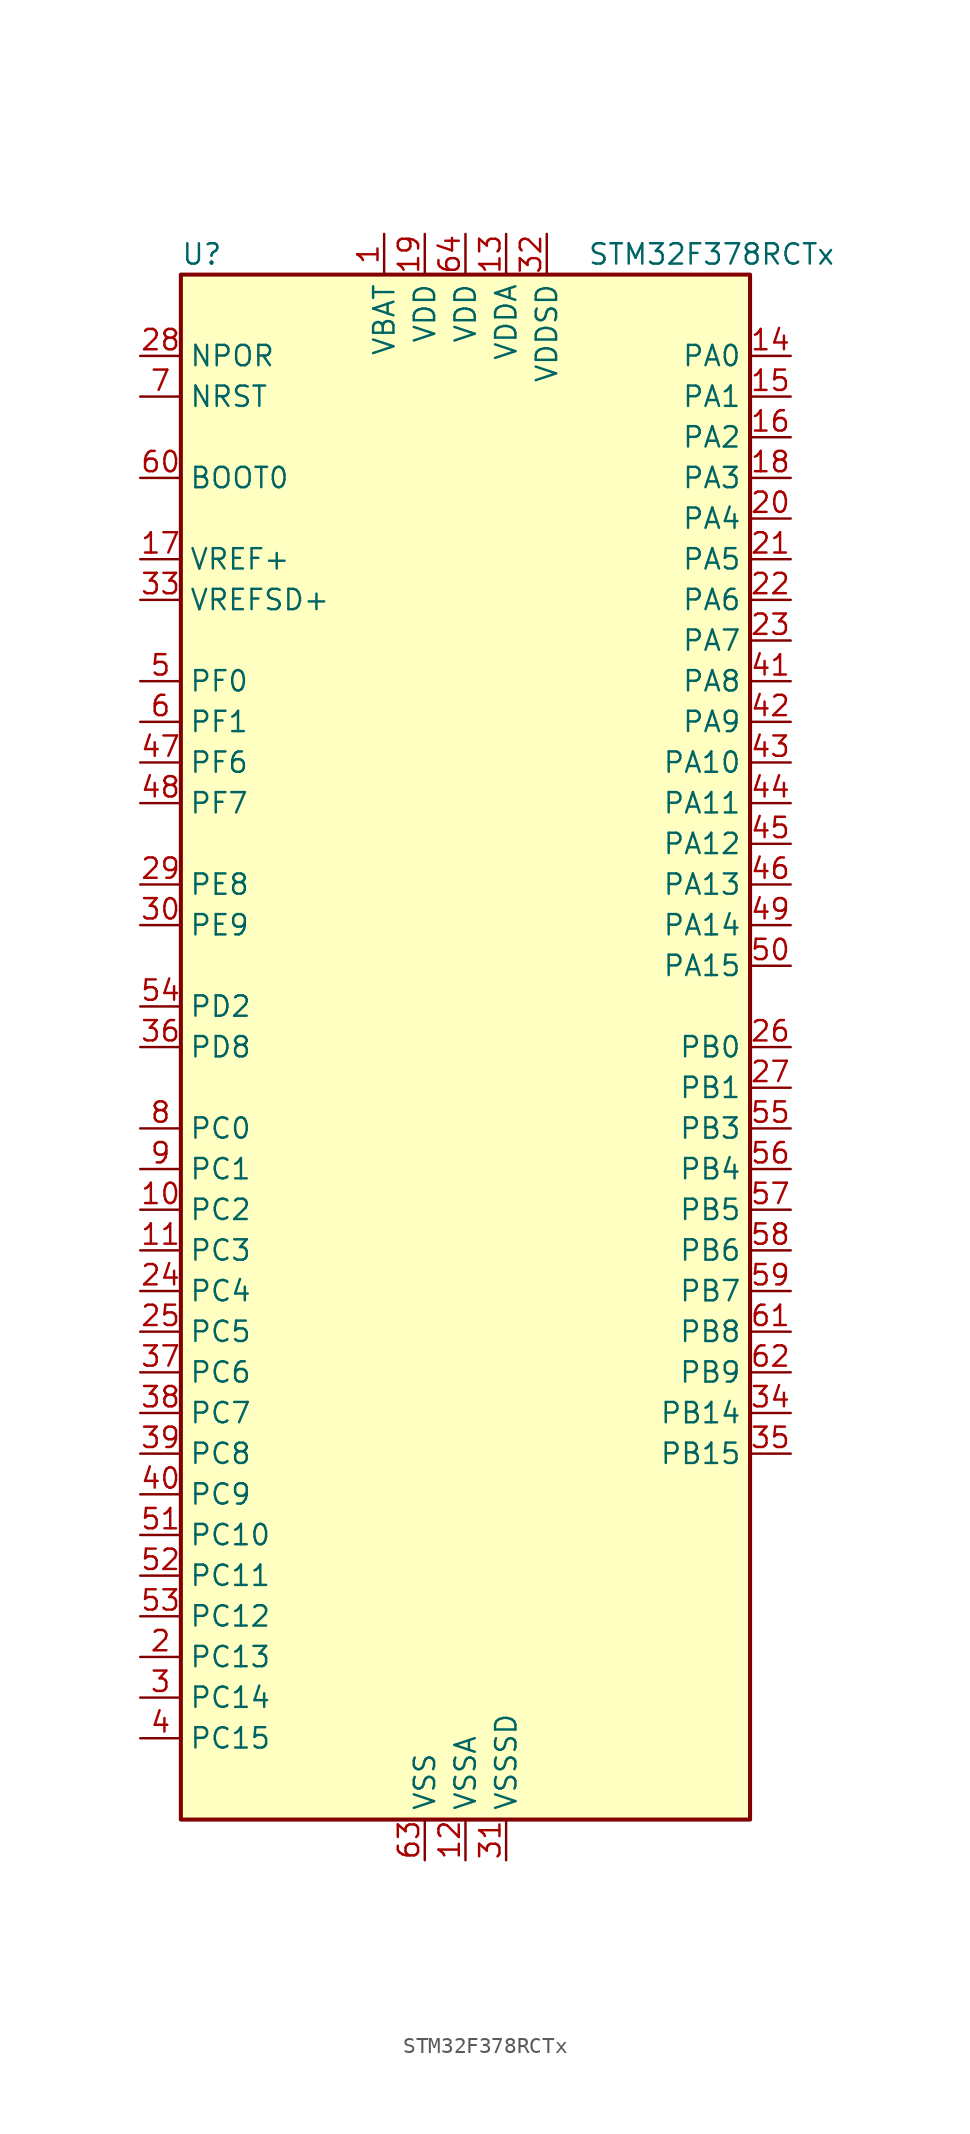
<source format=kicad_sym>
(kicad_symbol_lib
  (version 20241209)
  (generator "kicad_symbol_editor")
  (generator_version "9.0")
  (symbol "STM32F378RCTx"
    (property "Reference" "U"
      (at -17.78 49.53 0)
      (effects (font (size 1.27 1.27)) (justify left)))
    (property "Value" "STM32F378RCTx"
      (at 7.62 49.53 0)
      (effects (font (size 1.27 1.27)) (justify left)))
    (symbol "STM32F378RCTx_0_1"
      (rectangle (start -17.78 -48.26) (end 17.78 48.26) (stroke (width 0.254) (type default)) (fill (type background))))
    (symbol "STM32F378RCTx_1_1"
      (pin input line (at -20.32 43.18 0) (length 2.54) (name "NPOR" (effects (font (size 1.27 1.27)))) (number "28" (effects (font (size 1.27 1.27)))))
      (pin input line (at -20.32 40.64 0) (length 2.54) (name "NRST" (effects (font (size 1.27 1.27)))) (number "7" (effects (font (size 1.27 1.27)))))
      (pin input line (at -20.32 35.56 0) (length 2.54) (name "BOOT0" (effects (font (size 1.27 1.27)))) (number "60" (effects (font (size 1.27 1.27)))))
      (pin input line (at -20.32 30.48 0) (length 2.54) (name "VREF+" (effects (font (size 1.27 1.27)))) (number "17" (effects (font (size 1.27 1.27)))))
      (pin input line (at -20.32 27.94 0) (length 2.54) (name "VREFSD+" (effects (font (size 1.27 1.27)))) (number "33" (effects (font (size 1.27 1.27)))))
      (pin bidirectional line (at -20.32 22.86 0) (length 2.54) (name "PF0" (effects (font (size 1.27 1.27)))) (number "5" (effects (font (size 1.27 1.27)))) (alternate "I2C2_SDA" bidirectional line) (alternate "RCC_OSC_IN" bidirectional line))
      (pin bidirectional line (at -20.32 20.32 0) (length 2.54) (name "PF1" (effects (font (size 1.27 1.27)))) (number "6" (effects (font (size 1.27 1.27)))) (alternate "I2C2_SCL" bidirectional line) (alternate "RCC_OSC_OUT" bidirectional line))
      (pin bidirectional line (at -20.32 17.78 0) (length 2.54) (name "PF6" (effects (font (size 1.27 1.27)))) (number "47" (effects (font (size 1.27 1.27)))) (alternate "I2C2_SCL" bidirectional line) (alternate "I2S1_SD" bidirectional line) (alternate "SPI1_MOSI" bidirectional line) (alternate "TIM4_CH4" bidirectional line) (alternate "USART3_DE" bidirectional line) (alternate "USART3_RTS" bidirectional line))
      (pin bidirectional line (at -20.32 15.24 0) (length 2.54) (name "PF7" (effects (font (size 1.27 1.27)))) (number "48" (effects (font (size 1.27 1.27)))) (alternate "I2C2_SDA" bidirectional line) (alternate "USART2_CK" bidirectional line))
      (pin bidirectional line (at -20.32 10.16 0) (length 2.54) (name "PE8" (effects (font (size 1.27 1.27)))) (number "29" (effects (font (size 1.27 1.27)))) (alternate "SDADC1_AIN8P" bidirectional line) (alternate "SDADC2_AIN8P" bidirectional line))
      (pin bidirectional line (at -20.32 7.62 0) (length 2.54) (name "PE9" (effects (font (size 1.27 1.27)))) (number "30" (effects (font (size 1.27 1.27)))) (alternate "DAC1_EXTI9" bidirectional line) (alternate "DAC2_EXTI9" bidirectional line) (alternate "SDADC1_AIN7P" bidirectional line) (alternate "SDADC1_AIN8M" bidirectional line) (alternate "SDADC2_AIN7P" bidirectional line) (alternate "SDADC2_AIN8M" bidirectional line))
      (pin bidirectional line (at -20.32 2.54 0) (length 2.54) (name "PD2" (effects (font (size 1.27 1.27)))) (number "54" (effects (font (size 1.27 1.27)))) (alternate "TIM3_ETR" bidirectional line))
      (pin bidirectional line (at -20.32 0 0) (length 2.54) (name "PD8" (effects (font (size 1.27 1.27)))) (number "36" (effects (font (size 1.27 1.27)))) (alternate "I2S2_CK" bidirectional line) (alternate "SDADC3_AIN6P" bidirectional line) (alternate "SPI2_SCK" bidirectional line) (alternate "TSC_G6_IO3" bidirectional line) (alternate "USART3_TX" bidirectional line))
      (pin bidirectional line (at -20.32 -5.08 0) (length 2.54) (name "PC0" (effects (font (size 1.27 1.27)))) (number "8" (effects (font (size 1.27 1.27)))) (alternate "ADC1_IN10" bidirectional line) (alternate "TIM5_CH1" bidirectional line) (alternate "TIM5_ETR" bidirectional line))
      (pin bidirectional line (at -20.32 -7.62 0) (length 2.54) (name "PC1" (effects (font (size 1.27 1.27)))) (number "9" (effects (font (size 1.27 1.27)))) (alternate "ADC1_IN11" bidirectional line) (alternate "TIM5_CH2" bidirectional line))
      (pin bidirectional line (at -20.32 -10.16 0) (length 2.54) (name "PC2" (effects (font (size 1.27 1.27)))) (number "10" (effects (font (size 1.27 1.27)))) (alternate "ADC1_IN12" bidirectional line) (alternate "I2S2_MCK" bidirectional line) (alternate "SPI2_MISO" bidirectional line) (alternate "TIM5_CH3" bidirectional line))
      (pin bidirectional line (at -20.32 -12.7 0) (length 2.54) (name "PC3" (effects (font (size 1.27 1.27)))) (number "11" (effects (font (size 1.27 1.27)))) (alternate "ADC1_IN13" bidirectional line) (alternate "I2S2_SD" bidirectional line) (alternate "SPI2_MOSI" bidirectional line) (alternate "TIM5_CH4" bidirectional line))
      (pin bidirectional line (at -20.32 -15.24 0) (length 2.54) (name "PC4" (effects (font (size 1.27 1.27)))) (number "24" (effects (font (size 1.27 1.27)))) (alternate "ADC1_IN14" bidirectional line) (alternate "TIM13_CH1" bidirectional line) (alternate "TSC_G3_IO1" bidirectional line) (alternate "USART1_TX" bidirectional line))
      (pin bidirectional line (at -20.32 -17.78 0) (length 2.54) (name "PC5" (effects (font (size 1.27 1.27)))) (number "25" (effects (font (size 1.27 1.27)))) (alternate "ADC1_IN15" bidirectional line) (alternate "TSC_G3_IO2" bidirectional line) (alternate "USART1_RX" bidirectional line))
      (pin bidirectional line (at -20.32 -20.32 0) (length 2.54) (name "PC6" (effects (font (size 1.27 1.27)))) (number "37" (effects (font (size 1.27 1.27)))) (alternate "I2S1_WS" bidirectional line) (alternate "SPI1_NSS" bidirectional line) (alternate "TIM3_CH1" bidirectional line))
      (pin bidirectional line (at -20.32 -22.86 0) (length 2.54) (name "PC7" (effects (font (size 1.27 1.27)))) (number "38" (effects (font (size 1.27 1.27)))) (alternate "I2S1_CK" bidirectional line) (alternate "SPI1_SCK" bidirectional line) (alternate "TIM3_CH2" bidirectional line))
      (pin bidirectional line (at -20.32 -25.4 0) (length 2.54) (name "PC8" (effects (font (size 1.27 1.27)))) (number "39" (effects (font (size 1.27 1.27)))) (alternate "I2S1_MCK" bidirectional line) (alternate "SPI1_MISO" bidirectional line) (alternate "TIM3_CH3" bidirectional line))
      (pin bidirectional line (at -20.32 -27.94 0) (length 2.54) (name "PC9" (effects (font (size 1.27 1.27)))) (number "40" (effects (font (size 1.27 1.27)))) (alternate "DAC1_EXTI9" bidirectional line) (alternate "DAC2_EXTI9" bidirectional line) (alternate "I2S1_SD" bidirectional line) (alternate "SPI1_MOSI" bidirectional line) (alternate "TIM3_CH4" bidirectional line))
      (pin bidirectional line (at -20.32 -30.48 0) (length 2.54) (name "PC10" (effects (font (size 1.27 1.27)))) (number "51" (effects (font (size 1.27 1.27)))) (alternate "I2S3_CK" bidirectional line) (alternate "SPI3_SCK" bidirectional line) (alternate "TIM19_CH1" bidirectional line) (alternate "USART3_TX" bidirectional line))
      (pin bidirectional line (at -20.32 -33.02 0) (length 2.54) (name "PC11" (effects (font (size 1.27 1.27)))) (number "52" (effects (font (size 1.27 1.27)))) (alternate "ADC1_EXTI11" bidirectional line) (alternate "I2S3_MCK" bidirectional line) (alternate "SDADC1_EXTI11" bidirectional line) (alternate "SDADC2_EXTI11" bidirectional line) (alternate "SDADC3_EXTI11" bidirectional line) (alternate "SPI3_MISO" bidirectional line) (alternate "TIM19_CH2" bidirectional line) (alternate "USART3_RX" bidirectional line))
      (pin bidirectional line (at -20.32 -35.56 0) (length 2.54) (name "PC12" (effects (font (size 1.27 1.27)))) (number "53" (effects (font (size 1.27 1.27)))) (alternate "I2S3_SD" bidirectional line) (alternate "SPI3_MOSI" bidirectional line) (alternate "TIM19_CH3" bidirectional line) (alternate "USART3_CK" bidirectional line))
      (pin bidirectional line (at -20.32 -38.1 0) (length 2.54) (name "PC13" (effects (font (size 1.27 1.27)))) (number "2" (effects (font (size 1.27 1.27)))) (alternate "RTC_OUT_ALARM" bidirectional line) (alternate "RTC_OUT_CALIB" bidirectional line) (alternate "RTC_TAMP1" bidirectional line) (alternate "RTC_TS" bidirectional line) (alternate "SYS_WKUP2" bidirectional line))
      (pin bidirectional line (at -20.32 -40.64 0) (length 2.54) (name "PC14" (effects (font (size 1.27 1.27)))) (number "3" (effects (font (size 1.27 1.27)))) (alternate "RCC_OSC32_IN" bidirectional line))
      (pin bidirectional line (at -20.32 -43.18 0) (length 2.54) (name "PC15" (effects (font (size 1.27 1.27)))) (number "4" (effects (font (size 1.27 1.27)))) (alternate "ADC1_EXTI15" bidirectional line) (alternate "RCC_OSC32_OUT" bidirectional line) (alternate "SDADC1_EXTI15" bidirectional line) (alternate "SDADC2_EXTI15" bidirectional line) (alternate "SDADC3_EXTI15" bidirectional line))
      (pin power_in line (at -5.08 50.8 270) (length 2.54) (name "VBAT" (effects (font (size 1.27 1.27)))) (number "1" (effects (font (size 1.27 1.27)))))
      (pin power_in line (at -2.54 50.8 270) (length 2.54) (name "VDD" (effects (font (size 1.27 1.27)))) (number "19" (effects (font (size 1.27 1.27)))))
      (pin power_in line (at -2.54 -50.8 90) (length 2.54) (name "VSS" (effects (font (size 1.27 1.27)))) (number "63" (effects (font (size 1.27 1.27)))))
      (pin power_in line (at 0 50.8 270) (length 2.54) (name "VDD" (effects (font (size 1.27 1.27)))) (number "64" (effects (font (size 1.27 1.27)))))
      (pin power_in line (at 0 -50.8 90) (length 2.54) (name "VSSA" (effects (font (size 1.27 1.27)))) (number "12" (effects (font (size 1.27 1.27)))))
      (pin power_in line (at 2.54 50.8 270) (length 2.54) (name "VDDA" (effects (font (size 1.27 1.27)))) (number "13" (effects (font (size 1.27 1.27)))))
      (pin power_in line (at 2.54 -50.8 90) (length 2.54) (name "VSSSD" (effects (font (size 1.27 1.27)))) (number "31" (effects (font (size 1.27 1.27)))))
      (pin power_in line (at 5.08 50.8 270) (length 2.54) (name "VDDSD" (effects (font (size 1.27 1.27)))) (number "32" (effects (font (size 1.27 1.27)))))
      (pin bidirectional line (at 20.32 43.18 180) (length 2.54) (name "PA0" (effects (font (size 1.27 1.27)))) (number "14" (effects (font (size 1.27 1.27)))) (alternate "ADC1_IN0" bidirectional line) (alternate "COMP1_INM" bidirectional line) (alternate "COMP1_OUT" bidirectional line) (alternate "RTC_TAMP2" bidirectional line) (alternate "SYS_WKUP1" bidirectional line) (alternate "TIM19_CH1" bidirectional line) (alternate "TIM2_CH1" bidirectional line) (alternate "TIM2_ETR" bidirectional line) (alternate "TIM5_CH1" bidirectional line) (alternate "TIM5_ETR" bidirectional line) (alternate "TSC_G1_IO1" bidirectional line) (alternate "USART2_CTS" bidirectional line))
      (pin bidirectional line (at 20.32 40.64 180) (length 2.54) (name "PA1" (effects (font (size 1.27 1.27)))) (number "15" (effects (font (size 1.27 1.27)))) (alternate "ADC1_IN1" bidirectional line) (alternate "COMP1_INP" bidirectional line) (alternate "I2S3_CK" bidirectional line) (alternate "RTC_REFIN" bidirectional line) (alternate "SPI3_SCK" bidirectional line) (alternate "TIM15_CH1N" bidirectional line) (alternate "TIM19_CH2" bidirectional line) (alternate "TIM2_CH2" bidirectional line) (alternate "TIM5_CH2" bidirectional line) (alternate "TSC_G1_IO2" bidirectional line) (alternate "USART2_DE" bidirectional line) (alternate "USART2_RTS" bidirectional line))
      (pin bidirectional line (at 20.32 38.1 180) (length 2.54) (name "PA2" (effects (font (size 1.27 1.27)))) (number "16" (effects (font (size 1.27 1.27)))) (alternate "ADC1_IN2" bidirectional line) (alternate "COMP2_INM" bidirectional line) (alternate "COMP2_OUT" bidirectional line) (alternate "I2S3_MCK" bidirectional line) (alternate "SPI3_MISO" bidirectional line) (alternate "TIM15_CH1" bidirectional line) (alternate "TIM19_CH3" bidirectional line) (alternate "TIM2_CH3" bidirectional line) (alternate "TIM5_CH3" bidirectional line) (alternate "TSC_G1_IO3" bidirectional line) (alternate "USART2_TX" bidirectional line))
      (pin bidirectional line (at 20.32 35.56 180) (length 2.54) (name "PA3" (effects (font (size 1.27 1.27)))) (number "18" (effects (font (size 1.27 1.27)))) (alternate "ADC1_IN3" bidirectional line) (alternate "COMP2_INP" bidirectional line) (alternate "I2S3_SD" bidirectional line) (alternate "SPI3_MOSI" bidirectional line) (alternate "TIM15_CH2" bidirectional line) (alternate "TIM19_CH4" bidirectional line) (alternate "TIM2_CH4" bidirectional line) (alternate "TIM5_CH4" bidirectional line) (alternate "TSC_G1_IO4" bidirectional line) (alternate "USART2_RX" bidirectional line))
      (pin bidirectional line (at 20.32 33.02 180) (length 2.54) (name "PA4" (effects (font (size 1.27 1.27)))) (number "20" (effects (font (size 1.27 1.27)))) (alternate "ADC1_IN4" bidirectional line) (alternate "DAC1_OUT1" bidirectional line) (alternate "I2S1_WS" bidirectional line) (alternate "I2S3_WS" bidirectional line) (alternate "SPI1_NSS" bidirectional line) (alternate "SPI3_NSS" bidirectional line) (alternate "TIM12_CH1" bidirectional line) (alternate "TIM3_CH2" bidirectional line) (alternate "TSC_G2_IO1" bidirectional line) (alternate "USART2_CK" bidirectional line))
      (pin bidirectional line (at 20.32 30.48 180) (length 2.54) (name "PA5" (effects (font (size 1.27 1.27)))) (number "21" (effects (font (size 1.27 1.27)))) (alternate "ADC1_IN5" bidirectional line) (alternate "CEC" bidirectional line) (alternate "DAC1_OUT2" bidirectional line) (alternate "I2S1_CK" bidirectional line) (alternate "SPI1_SCK" bidirectional line) (alternate "TIM12_CH2" bidirectional line) (alternate "TIM14_CH1" bidirectional line) (alternate "TIM2_CH1" bidirectional line) (alternate "TIM2_ETR" bidirectional line) (alternate "TSC_G2_IO2" bidirectional line))
      (pin bidirectional line (at 20.32 27.94 180) (length 2.54) (name "PA6" (effects (font (size 1.27 1.27)))) (number "22" (effects (font (size 1.27 1.27)))) (alternate "ADC1_IN6" bidirectional line) (alternate "COMP1_OUT" bidirectional line) (alternate "DAC2_OUT1" bidirectional line) (alternate "I2S1_MCK" bidirectional line) (alternate "SPI1_MISO" bidirectional line) (alternate "TIM13_CH1" bidirectional line) (alternate "TIM16_CH1" bidirectional line) (alternate "TIM3_CH1" bidirectional line) (alternate "TSC_G2_IO3" bidirectional line))
      (pin bidirectional line (at 20.32 25.4 180) (length 2.54) (name "PA7" (effects (font (size 1.27 1.27)))) (number "23" (effects (font (size 1.27 1.27)))) (alternate "ADC1_IN7" bidirectional line) (alternate "COMP2_OUT" bidirectional line) (alternate "I2S1_SD" bidirectional line) (alternate "SPI1_MOSI" bidirectional line) (alternate "TIM14_CH1" bidirectional line) (alternate "TIM17_CH1" bidirectional line) (alternate "TIM3_CH2" bidirectional line) (alternate "TSC_G2_IO4" bidirectional line))
      (pin bidirectional line (at 20.32 22.86 180) (length 2.54) (name "PA8" (effects (font (size 1.27 1.27)))) (number "41" (effects (font (size 1.27 1.27)))) (alternate "I2C2_SMBA" bidirectional line) (alternate "I2S2_CK" bidirectional line) (alternate "RCC_MCO" bidirectional line) (alternate "SPI2_SCK" bidirectional line) (alternate "TIM4_ETR" bidirectional line) (alternate "TIM5_CH1" bidirectional line) (alternate "TIM5_ETR" bidirectional line) (alternate "USART1_CK" bidirectional line))
      (pin bidirectional line (at 20.32 20.32 180) (length 2.54) (name "PA9" (effects (font (size 1.27 1.27)))) (number "42" (effects (font (size 1.27 1.27)))) (alternate "DAC1_EXTI9" bidirectional line) (alternate "DAC2_EXTI9" bidirectional line) (alternate "I2C2_SCL" bidirectional line) (alternate "I2S2_MCK" bidirectional line) (alternate "SPI2_MISO" bidirectional line) (alternate "TIM13_CH1" bidirectional line) (alternate "TIM15_BKIN" bidirectional line) (alternate "TIM2_CH3" bidirectional line) (alternate "TSC_G4_IO1" bidirectional line) (alternate "USART1_TX" bidirectional line))
      (pin bidirectional line (at 20.32 17.78 180) (length 2.54) (name "PA10" (effects (font (size 1.27 1.27)))) (number "43" (effects (font (size 1.27 1.27)))) (alternate "I2C2_SDA" bidirectional line) (alternate "I2S2_SD" bidirectional line) (alternate "SPI2_MOSI" bidirectional line) (alternate "TIM14_CH1" bidirectional line) (alternate "TIM17_BKIN" bidirectional line) (alternate "TIM2_CH4" bidirectional line) (alternate "TSC_G4_IO2" bidirectional line) (alternate "USART1_RX" bidirectional line))
      (pin bidirectional line (at 20.32 15.24 180) (length 2.54) (name "PA11" (effects (font (size 1.27 1.27)))) (number "44" (effects (font (size 1.27 1.27)))) (alternate "ADC1_EXTI11" bidirectional line) (alternate "CAN_RX" bidirectional line) (alternate "COMP1_OUT" bidirectional line) (alternate "I2S1_WS" bidirectional line) (alternate "I2S2_WS" bidirectional line) (alternate "SDADC1_EXTI11" bidirectional line) (alternate "SDADC2_EXTI11" bidirectional line) (alternate "SDADC3_EXTI11" bidirectional line) (alternate "SPI1_NSS" bidirectional line) (alternate "SPI2_NSS" bidirectional line) (alternate "TIM4_CH1" bidirectional line) (alternate "TIM5_CH2" bidirectional line) (alternate "USART1_CTS" bidirectional line))
      (pin bidirectional line (at 20.32 12.7 180) (length 2.54) (name "PA12" (effects (font (size 1.27 1.27)))) (number "45" (effects (font (size 1.27 1.27)))) (alternate "CAN_TX" bidirectional line) (alternate "COMP2_OUT" bidirectional line) (alternate "I2S1_CK" bidirectional line) (alternate "SPI1_SCK" bidirectional line) (alternate "TIM16_CH1" bidirectional line) (alternate "TIM4_CH2" bidirectional line) (alternate "TIM5_CH3" bidirectional line) (alternate "USART1_DE" bidirectional line) (alternate "USART1_RTS" bidirectional line))
      (pin bidirectional line (at 20.32 10.16 180) (length 2.54) (name "PA13" (effects (font (size 1.27 1.27)))) (number "46" (effects (font (size 1.27 1.27)))) (alternate "I2S1_MCK" bidirectional line) (alternate "IR_OUT" bidirectional line) (alternate "SPI1_MISO" bidirectional line) (alternate "SYS_JTMS-SWDIO" bidirectional line) (alternate "TIM16_CH1N" bidirectional line) (alternate "TIM4_CH3" bidirectional line) (alternate "TIM5_CH4" bidirectional line) (alternate "TSC_G4_IO3" bidirectional line) (alternate "USART3_CTS" bidirectional line))
      (pin bidirectional line (at 20.32 7.62 180) (length 2.54) (name "PA14" (effects (font (size 1.27 1.27)))) (number "49" (effects (font (size 1.27 1.27)))) (alternate "I2C1_SDA" bidirectional line) (alternate "SYS_JTCK-SWCLK" bidirectional line) (alternate "TIM12_CH1" bidirectional line) (alternate "TSC_G4_IO4" bidirectional line))
      (pin bidirectional line (at 20.32 5.08 180) (length 2.54) (name "PA15" (effects (font (size 1.27 1.27)))) (number "50" (effects (font (size 1.27 1.27)))) (alternate "ADC1_EXTI15" bidirectional line) (alternate "I2C1_SCL" bidirectional line) (alternate "I2S1_WS" bidirectional line) (alternate "I2S3_WS" bidirectional line) (alternate "SDADC1_EXTI15" bidirectional line) (alternate "SDADC2_EXTI15" bidirectional line) (alternate "SDADC3_EXTI15" bidirectional line) (alternate "SPI1_NSS" bidirectional line) (alternate "SPI3_NSS" bidirectional line) (alternate "SYS_JTDI" bidirectional line) (alternate "TIM12_CH2" bidirectional line) (alternate "TIM2_CH1" bidirectional line) (alternate "TIM2_ETR" bidirectional line) (alternate "TSC_SYNC" bidirectional line))
      (pin bidirectional line (at 20.32 0 180) (length 2.54) (name "PB0" (effects (font (size 1.27 1.27)))) (number "26" (effects (font (size 1.27 1.27)))) (alternate "ADC1_IN8" bidirectional line) (alternate "I2S1_SD" bidirectional line) (alternate "SDADC1_AIN6P" bidirectional line) (alternate "SPI1_MOSI" bidirectional line) (alternate "TIM3_CH2" bidirectional line) (alternate "TIM3_CH3" bidirectional line) (alternate "TSC_G3_IO3" bidirectional line))
      (pin bidirectional line (at 20.32 -2.54 180) (length 2.54) (name "PB1" (effects (font (size 1.27 1.27)))) (number "27" (effects (font (size 1.27 1.27)))) (alternate "ADC1_IN9" bidirectional line) (alternate "SDADC1_AIN5P" bidirectional line) (alternate "SDADC1_AIN6M" bidirectional line) (alternate "TIM3_CH4" bidirectional line) (alternate "TSC_G3_IO4" bidirectional line))
      (pin bidirectional line (at 20.32 -5.08 180) (length 2.54) (name "PB3" (effects (font (size 1.27 1.27)))) (number "55" (effects (font (size 1.27 1.27)))) (alternate "I2S1_CK" bidirectional line) (alternate "I2S3_CK" bidirectional line) (alternate "SPI1_SCK" bidirectional line) (alternate "SPI3_SCK" bidirectional line) (alternate "SYS_JTDO-TRACESWO" bidirectional line) (alternate "TIM13_CH1" bidirectional line) (alternate "TIM2_CH2" bidirectional line) (alternate "TIM3_ETR" bidirectional line) (alternate "TIM4_ETR" bidirectional line) (alternate "TSC_G5_IO1" bidirectional line) (alternate "USART2_TX" bidirectional line))
      (pin bidirectional line (at 20.32 -7.62 180) (length 2.54) (name "PB4" (effects (font (size 1.27 1.27)))) (number "56" (effects (font (size 1.27 1.27)))) (alternate "I2S1_MCK" bidirectional line) (alternate "I2S3_MCK" bidirectional line) (alternate "SPI1_MISO" bidirectional line) (alternate "SPI3_MISO" bidirectional line) (alternate "SYS_NJTRST" bidirectional line) (alternate "TIM15_CH1N" bidirectional line) (alternate "TIM16_CH1" bidirectional line) (alternate "TIM17_BKIN" bidirectional line) (alternate "TIM3_CH1" bidirectional line) (alternate "TSC_G5_IO2" bidirectional line) (alternate "USART2_RX" bidirectional line))
      (pin bidirectional line (at 20.32 -10.16 180) (length 2.54) (name "PB5" (effects (font (size 1.27 1.27)))) (number "57" (effects (font (size 1.27 1.27)))) (alternate "I2C1_SMBA" bidirectional line) (alternate "I2S1_SD" bidirectional line) (alternate "I2S3_SD" bidirectional line) (alternate "SPI1_MOSI" bidirectional line) (alternate "SPI3_MOSI" bidirectional line) (alternate "TIM16_BKIN" bidirectional line) (alternate "TIM17_CH1" bidirectional line) (alternate "TIM19_ETR" bidirectional line) (alternate "TIM3_CH2" bidirectional line) (alternate "USART2_CK" bidirectional line))
      (pin bidirectional line (at 20.32 -12.7 180) (length 2.54) (name "PB6" (effects (font (size 1.27 1.27)))) (number "58" (effects (font (size 1.27 1.27)))) (alternate "I2C1_SCL" bidirectional line) (alternate "TIM15_CH1" bidirectional line) (alternate "TIM16_CH1N" bidirectional line) (alternate "TIM19_CH1" bidirectional line) (alternate "TIM3_CH3" bidirectional line) (alternate "TIM4_CH1" bidirectional line) (alternate "TSC_G5_IO3" bidirectional line) (alternate "USART1_TX" bidirectional line))
      (pin bidirectional line (at 20.32 -15.24 180) (length 2.54) (name "PB7" (effects (font (size 1.27 1.27)))) (number "59" (effects (font (size 1.27 1.27)))) (alternate "I2C1_SDA" bidirectional line) (alternate "TIM15_CH2" bidirectional line) (alternate "TIM17_CH1N" bidirectional line) (alternate "TIM19_CH2" bidirectional line) (alternate "TIM3_CH4" bidirectional line) (alternate "TIM4_CH2" bidirectional line) (alternate "TSC_G5_IO4" bidirectional line) (alternate "USART1_RX" bidirectional line))
      (pin bidirectional line (at 20.32 -17.78 180) (length 2.54) (name "PB8" (effects (font (size 1.27 1.27)))) (number "61" (effects (font (size 1.27 1.27)))) (alternate "CAN_RX" bidirectional line) (alternate "CEC" bidirectional line) (alternate "COMP1_OUT" bidirectional line) (alternate "I2C1_SCL" bidirectional line) (alternate "I2S2_CK" bidirectional line) (alternate "SPI2_SCK" bidirectional line) (alternate "TIM16_CH1" bidirectional line) (alternate "TIM19_CH3" bidirectional line) (alternate "TIM4_CH3" bidirectional line) (alternate "TSC_SYNC" bidirectional line) (alternate "USART3_TX" bidirectional line))
      (pin bidirectional line (at 20.32 -20.32 180) (length 2.54) (name "PB9" (effects (font (size 1.27 1.27)))) (number "62" (effects (font (size 1.27 1.27)))) (alternate "CAN_TX" bidirectional line) (alternate "COMP2_OUT" bidirectional line) (alternate "DAC1_EXTI9" bidirectional line) (alternate "DAC2_EXTI9" bidirectional line) (alternate "I2C1_SDA" bidirectional line) (alternate "I2S2_WS" bidirectional line) (alternate "IR_OUT" bidirectional line) (alternate "SPI2_NSS" bidirectional line) (alternate "TIM17_CH1" bidirectional line) (alternate "TIM19_CH4" bidirectional line) (alternate "TIM4_CH4" bidirectional line) (alternate "USART3_RX" bidirectional line))
      (pin bidirectional line (at 20.32 -22.86 180) (length 2.54) (name "PB14" (effects (font (size 1.27 1.27)))) (number "34" (effects (font (size 1.27 1.27)))) (alternate "I2S2_MCK" bidirectional line) (alternate "SDADC3_AIN8P" bidirectional line) (alternate "SPI2_MISO" bidirectional line) (alternate "TIM12_CH1" bidirectional line) (alternate "TIM15_CH1" bidirectional line) (alternate "TSC_G6_IO1" bidirectional line) (alternate "USART3_DE" bidirectional line) (alternate "USART3_RTS" bidirectional line))
      (pin bidirectional line (at 20.32 -25.4 180) (length 2.54) (name "PB15" (effects (font (size 1.27 1.27)))) (number "35" (effects (font (size 1.27 1.27)))) (alternate "ADC1_EXTI15" bidirectional line) (alternate "I2S2_SD" bidirectional line) (alternate "RTC_REFIN" bidirectional line) (alternate "SDADC1_EXTI15" bidirectional line) (alternate "SDADC2_EXTI15" bidirectional line) (alternate "SDADC3_AIN7P" bidirectional line) (alternate "SDADC3_AIN8M" bidirectional line) (alternate "SDADC3_EXTI15" bidirectional line) (alternate "SPI2_MOSI" bidirectional line) (alternate "TIM12_CH2" bidirectional line) (alternate "TIM15_CH1N" bidirectional line) (alternate "TIM15_CH2" bidirectional line) (alternate "TSC_G6_IO2" bidirectional line)))))
</source>
